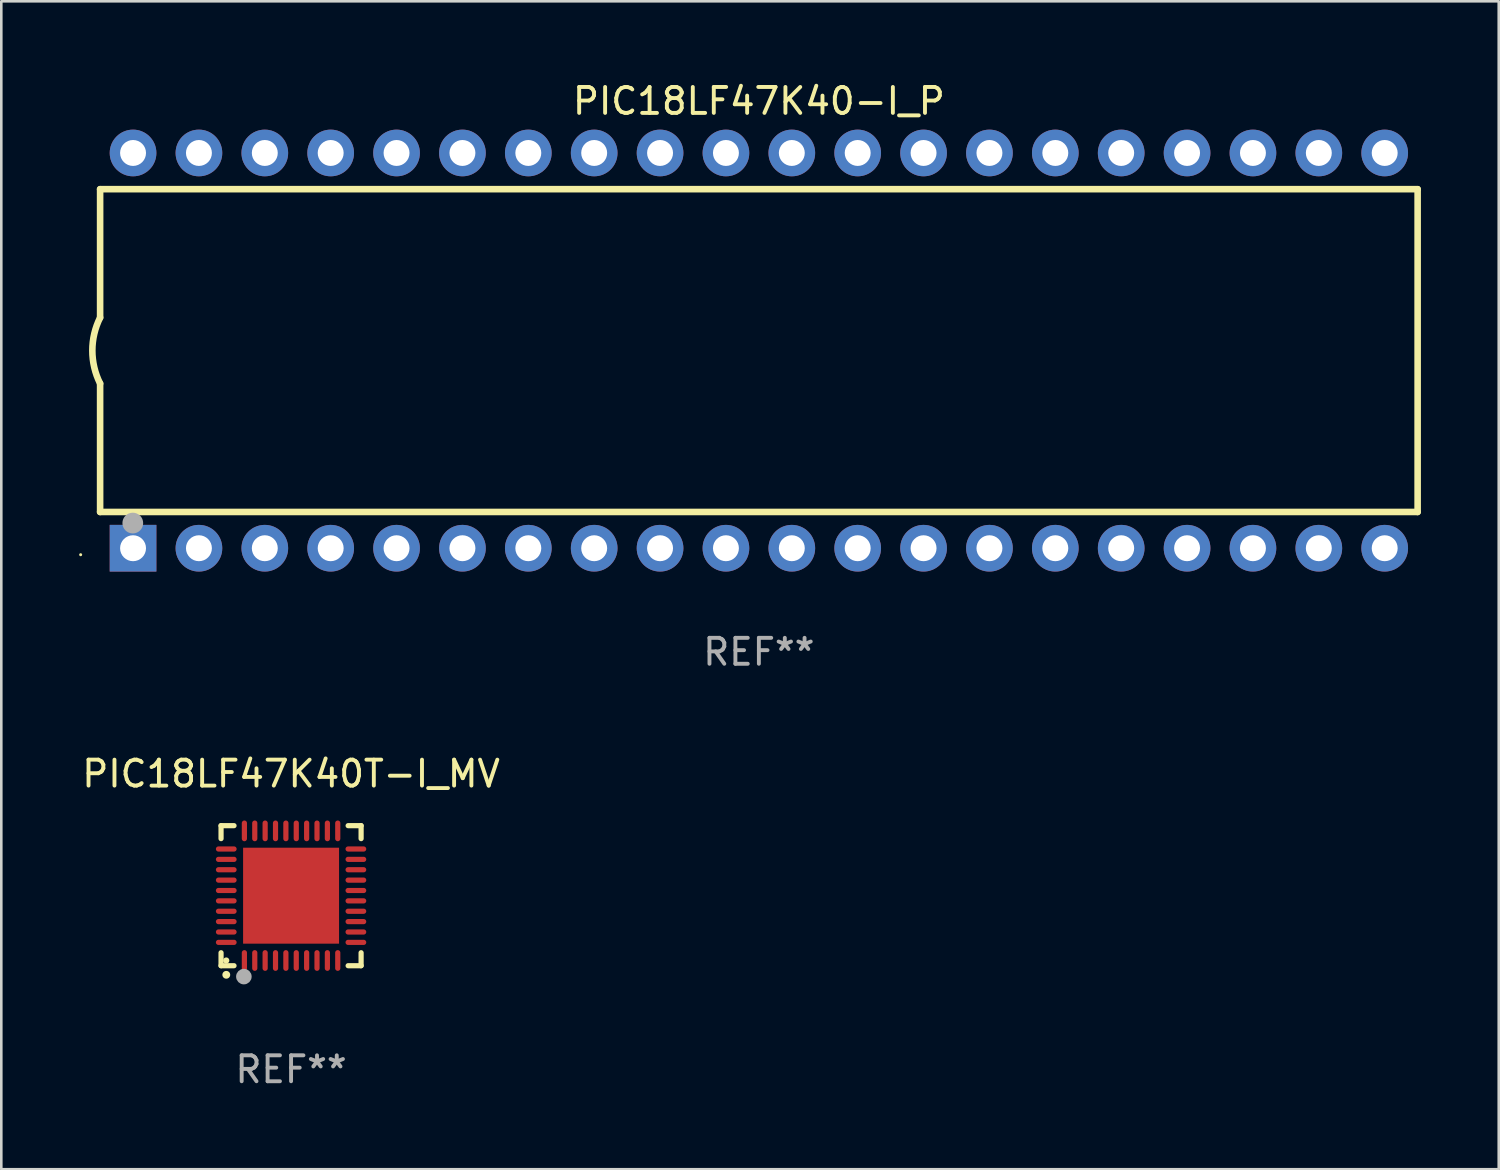
<source format=kicad_pcb>
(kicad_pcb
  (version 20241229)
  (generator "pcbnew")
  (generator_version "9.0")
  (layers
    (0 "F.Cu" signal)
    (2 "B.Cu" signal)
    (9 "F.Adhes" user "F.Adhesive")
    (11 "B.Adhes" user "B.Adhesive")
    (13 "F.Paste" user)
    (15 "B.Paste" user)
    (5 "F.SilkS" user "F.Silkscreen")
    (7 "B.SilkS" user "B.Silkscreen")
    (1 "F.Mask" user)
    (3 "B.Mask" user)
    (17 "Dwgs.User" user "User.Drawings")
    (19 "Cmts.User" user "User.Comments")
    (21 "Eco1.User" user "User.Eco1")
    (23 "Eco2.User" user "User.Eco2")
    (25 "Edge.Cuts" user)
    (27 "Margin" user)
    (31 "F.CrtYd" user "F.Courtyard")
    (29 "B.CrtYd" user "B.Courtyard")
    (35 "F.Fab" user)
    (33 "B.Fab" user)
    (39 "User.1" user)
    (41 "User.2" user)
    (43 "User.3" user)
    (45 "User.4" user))
  (footprint "PIC18LF47K40-I_P"
    (layer "F.Cu")
    (at 26.21 10.468)
    (property "Reference" "PIC18LF47K40-I_P" (at 0 -9.62 0) (layer "F.SilkS") (effects (font (size 1 1) (thickness 0.15))))
    (attr through_hole)
    (fp_line (start -25.4 -6.224) (end -25.4 -1.271) (stroke (width 0.254) (type solid)) (layer "F.SilkS"))
    (fp_line (start -25.4 -6.224) (end 25.4 -6.224) (stroke (width 0.254) (type solid)) (layer "F.SilkS"))
    (fp_line (start -25.4 1.269) (end -25.4 6.222) (stroke (width 0.254) (type solid)) (layer "F.SilkS"))
    (fp_line (start -25.4 6.222) (end 25.4 6.222) (stroke (width 0.254) (type solid)) (layer "F.SilkS"))
    (fp_line (start 25.4 6.222) (end 25.4 -6.224) (stroke (width 0.254) (type solid)) (layer "F.SilkS"))
    (fp_arc (start -25.4 1.269241) (mid -25.699807 -0.000762) (end -25.4 -1.270765) (stroke (width 0.254001) (type solid)) (layer "F.SilkS"))
    (fp_circle (center -26.15 7.87) (end -26.12 7.87) (stroke (width 0.06) (type solid)) (fill no) (layer "F.SilkS"))
    (fp_circle (center -24.14 6.65) (end -23.94 6.65) (stroke (width 0.4) (type solid)) (fill no) (layer "F.Fab"))
    (fp_text user "REF**" (at 0 11.62 0) (layer "F.Fab") (effects (font (size 1 1) (thickness 0.15))))
    (pad "1" thru_hole rect (at -24.13 7.62 90) (size 1.8 1.8) (drill 1) (layers "*.Cu" "*.Mask"))
    (pad "2" thru_hole circle (at -21.59 7.62) (size 1.8 1.8) (drill 1) (layers "*.Cu" "*.Mask"))
    (pad "3" thru_hole circle (at -19.05 7.62) (size 1.8 1.8) (drill 1) (layers "*.Cu" "*.Mask"))
    (pad "4" thru_hole circle (at -16.51 7.62) (size 1.8 1.8) (drill 1) (layers "*.Cu" "*.Mask"))
    (pad "5" thru_hole circle (at -13.97 7.62) (size 1.8 1.8) (drill 1) (layers "*.Cu" "*.Mask"))
    (pad "6" thru_hole circle (at -11.43 7.62) (size 1.8 1.8) (drill 1) (layers "*.Cu" "*.Mask"))
    (pad "7" thru_hole circle (at -8.89 7.62) (size 1.8 1.8) (drill 1) (layers "*.Cu" "*.Mask"))
    (pad "8" thru_hole circle (at -6.35 7.62) (size 1.8 1.8) (drill 1) (layers "*.Cu" "*.Mask"))
    (pad "9" thru_hole circle (at -3.81 7.62) (size 1.8 1.8) (drill 1) (layers "*.Cu" "*.Mask"))
    (pad "10" thru_hole circle (at -1.27 7.62) (size 1.8 1.8) (drill 1) (layers "*.Cu" "*.Mask"))
    (pad "11" thru_hole circle (at 1.27 7.62) (size 1.8 1.8) (drill 1) (layers "*.Cu" "*.Mask"))
    (pad "12" thru_hole circle (at 3.81 7.62) (size 1.8 1.8) (drill 1) (layers "*.Cu" "*.Mask"))
    (pad "13" thru_hole circle (at 6.35 7.62) (size 1.8 1.8) (drill 1) (layers "*.Cu" "*.Mask"))
    (pad "14" thru_hole circle (at 8.89 7.62) (size 1.8 1.8) (drill 1) (layers "*.Cu" "*.Mask"))
    (pad "15" thru_hole circle (at 11.43 7.62) (size 1.8 1.8) (drill 1) (layers "*.Cu" "*.Mask"))
    (pad "16" thru_hole circle (at 13.97 7.62) (size 1.8 1.8) (drill 1) (layers "*.Cu" "*.Mask"))
    (pad "17" thru_hole circle (at 16.51 7.62) (size 1.8 1.8) (drill 1) (layers "*.Cu" "*.Mask"))
    (pad "18" thru_hole circle (at 19.05 7.62) (size 1.8 1.8) (drill 1) (layers "*.Cu" "*.Mask"))
    (pad "19" thru_hole circle (at 21.59 7.62) (size 1.8 1.8) (drill 1) (layers "*.Cu" "*.Mask"))
    (pad "20" thru_hole circle (at 24.13 7.62) (size 1.8 1.8) (drill 1) (layers "*.Cu" "*.Mask"))
    (pad "21" thru_hole circle (at 24.13 -7.62) (size 1.8 1.8) (drill 1) (layers "*.Cu" "*.Mask"))
    (pad "22" thru_hole circle (at 21.59 -7.62) (size 1.8 1.8) (drill 1) (layers "*.Cu" "*.Mask"))
    (pad "23" thru_hole circle (at 19.05 -7.62) (size 1.8 1.8) (drill 1) (layers "*.Cu" "*.Mask"))
    (pad "24" thru_hole circle (at 16.51 -7.62) (size 1.8 1.8) (drill 1) (layers "*.Cu" "*.Mask"))
    (pad "25" thru_hole circle (at 13.97 -7.62) (size 1.8 1.8) (drill 1) (layers "*.Cu" "*.Mask"))
    (pad "26" thru_hole circle (at 11.43 -7.62) (size 1.8 1.8) (drill 1) (layers "*.Cu" "*.Mask"))
    (pad "27" thru_hole circle (at 8.89 -7.62) (size 1.8 1.8) (drill 1) (layers "*.Cu" "*.Mask"))
    (pad "28" thru_hole circle (at 6.35 -7.62) (size 1.8 1.8) (drill 1) (layers "*.Cu" "*.Mask"))
    (pad "29" thru_hole circle (at 3.81 -7.62) (size 1.8 1.8) (drill 1) (layers "*.Cu" "*.Mask"))
    (pad "30" thru_hole circle (at 1.27 -7.62) (size 1.8 1.8) (drill 1) (layers "*.Cu" "*.Mask"))
    (pad "31" thru_hole circle (at -1.27 -7.62) (size 1.8 1.8) (drill 1) (layers "*.Cu" "*.Mask"))
    (pad "32" thru_hole circle (at -3.81 -7.62) (size 1.8 1.8) (drill 1) (layers "*.Cu" "*.Mask"))
    (pad "33" thru_hole circle (at -6.35 -7.62) (size 1.8 1.8) (drill 1) (layers "*.Cu" "*.Mask"))
    (pad "34" thru_hole circle (at -8.89 -7.62) (size 1.8 1.8) (drill 1) (layers "*.Cu" "*.Mask"))
    (pad "35" thru_hole circle (at -11.43 -7.62) (size 1.8 1.8) (drill 1) (layers "*.Cu" "*.Mask"))
    (pad "36" thru_hole circle (at -13.97 -7.62) (size 1.8 1.8) (drill 1) (layers "*.Cu" "*.Mask"))
    (pad "37" thru_hole circle (at -16.51 -7.62) (size 1.8 1.8) (drill 1) (layers "*.Cu" "*.Mask"))
    (pad "38" thru_hole circle (at -19.05 -7.62) (size 1.8 1.8) (drill 1) (layers "*.Cu" "*.Mask"))
    (pad "39" thru_hole circle (at -21.59 -7.62) (size 1.8 1.8) (drill 1) (layers "*.Cu" "*.Mask"))
    (pad "40" thru_hole circle (at -24.13 -7.62) (size 1.8 1.8) (drill 1) (layers "*.Cu" "*.Mask")))
  (footprint "PIC18LF47K40T-I_MV"
    (layer "F.Cu")
    (at 8.173 31.485)
    (property "Reference" "PIC18LF47K40T-I_MV" (at 0 -4.7 0) (layer "F.SilkS") (effects (font (size 1 1) (thickness 0.15))))
    (attr through_hole)
    (fp_line (start -2.7 -2.7) (end -2.7 -2.2) (stroke (width 0.2) (type solid)) (layer "F.SilkS"))
    (fp_line (start -2.7 2.7) (end -2.7 2.2) (stroke (width 0.2) (type solid)) (layer "F.SilkS"))
    (fp_line (start -2.2 -2.7) (end -2.7 -2.7) (stroke (width 0.2) (type solid)) (layer "F.SilkS"))
    (fp_line (start -2.2 2.7) (end -2.7 2.7) (stroke (width 0.2) (type solid)) (layer "F.SilkS"))
    (fp_line (start 2.7 -2.7) (end 2.2 -2.7) (stroke (width 0.2) (type solid)) (layer "F.SilkS"))
    (fp_line (start 2.7 -2.2) (end 2.7 -2.7) (stroke (width 0.2) (type solid)) (layer "F.SilkS"))
    (fp_line (start 2.7 2.2) (end 2.7 2.7) (stroke (width 0.2) (type solid)) (layer "F.SilkS"))
    (fp_line (start 2.7 2.7) (end 2.2 2.7) (stroke (width 0.2) (type solid)) (layer "F.SilkS"))
    (fp_arc (start -2.499365 3.050546) (mid -2.498095 3.050541) (end -2.496825 3.050546) (stroke (width 0.3) (type solid)) (layer "F.SilkS"))
    (fp_circle (center -2.5 2.5) (end -2.44 2.5) (stroke (width 0.12) (type solid)) (fill no) (layer "F.SilkS"))
    (fp_circle (center -1.82 3.12) (end -1.67 3.12) (stroke (width 0.3) (type solid)) (fill no) (layer "F.Fab"))
    (fp_text user "REF**" (at 0 6.7 0) (layer "F.Fab") (effects (font (size 1 1) (thickness 0.15))))
    (pad "1" smd oval (at -1.8 2.499) (size 0.2 0.8) (layers "F.Cu" "F.Mask" "F.Paste"))
    (pad "2" smd oval (at -1.4 2.499) (size 0.2 0.8) (layers "F.Cu" "F.Mask" "F.Paste"))
    (pad "3" smd oval (at -1 2.499) (size 0.2 0.8) (layers "F.Cu" "F.Mask" "F.Paste"))
    (pad "4" smd oval (at -0.6 2.499) (size 0.2 0.8) (layers "F.Cu" "F.Mask" "F.Paste"))
    (pad "5" smd oval (at -0.2 2.499) (size 0.2 0.8) (layers "F.Cu" "F.Mask" "F.Paste"))
    (pad "6" smd oval (at 0.2 2.499) (size 0.2 0.8) (layers "F.Cu" "F.Mask" "F.Paste"))
    (pad "7" smd oval (at 0.6 2.499) (size 0.2 0.8) (layers "F.Cu" "F.Mask" "F.Paste"))
    (pad "8" smd oval (at 1 2.499) (size 0.2 0.8) (layers "F.Cu" "F.Mask" "F.Paste"))
    (pad "9" smd oval (at 1.4 2.499) (size 0.2 0.8) (layers "F.Cu" "F.Mask" "F.Paste"))
    (pad "10" smd oval (at 1.8 2.499) (size 0.2 0.8) (layers "F.Cu" "F.Mask" "F.Paste"))
    (pad "11" smd oval (at 2.499 1.8) (size 0.8 0.2) (layers "F.Cu" "F.Mask" "F.Paste"))
    (pad "12" smd oval (at 2.499 1.4) (size 0.8 0.2) (layers "F.Cu" "F.Mask" "F.Paste"))
    (pad "13" smd oval (at 2.499 1) (size 0.8 0.2) (layers "F.Cu" "F.Mask" "F.Paste"))
    (pad "14" smd oval (at 2.499 0.6) (size 0.8 0.2) (layers "F.Cu" "F.Mask" "F.Paste"))
    (pad "15" smd oval (at 2.499 0.2) (size 0.8 0.2) (layers "F.Cu" "F.Mask" "F.Paste"))
    (pad "16" smd oval (at 2.499 -0.2) (size 0.8 0.2) (layers "F.Cu" "F.Mask" "F.Paste"))
    (pad "17" smd oval (at 2.499 -0.6) (size 0.8 0.2) (layers "F.Cu" "F.Mask" "F.Paste"))
    (pad "18" smd oval (at 2.499 -1) (size 0.8 0.2) (layers "F.Cu" "F.Mask" "F.Paste"))
    (pad "19" smd oval (at 2.499 -1.4) (size 0.8 0.2) (layers "F.Cu" "F.Mask" "F.Paste"))
    (pad "20" smd oval (at 2.499 -1.8) (size 0.8 0.2) (layers "F.Cu" "F.Mask" "F.Paste"))
    (pad "21" smd oval (at 1.8 -2.499) (size 0.2 0.8) (layers "F.Cu" "F.Mask" "F.Paste"))
    (pad "22" smd oval (at 1.4 -2.499) (size 0.2 0.8) (layers "F.Cu" "F.Mask" "F.Paste"))
    (pad "23" smd oval (at 1 -2.499) (size 0.2 0.8) (layers "F.Cu" "F.Mask" "F.Paste"))
    (pad "24" smd oval (at 0.6 -2.499) (size 0.2 0.8) (layers "F.Cu" "F.Mask" "F.Paste"))
    (pad "25" smd oval (at 0.2 -2.499) (size 0.2 0.8) (layers "F.Cu" "F.Mask" "F.Paste"))
    (pad "26" smd oval (at -0.2 -2.499) (size 0.2 0.8) (layers "F.Cu" "F.Mask" "F.Paste"))
    (pad "27" smd oval (at -0.6 -2.499) (size 0.2 0.8) (layers "F.Cu" "F.Mask" "F.Paste"))
    (pad "28" smd oval (at -1 -2.499) (size 0.2 0.8) (layers "F.Cu" "F.Mask" "F.Paste"))
    (pad "29" smd oval (at -1.4 -2.499) (size 0.2 0.8) (layers "F.Cu" "F.Mask" "F.Paste"))
    (pad "30" smd oval (at -1.8 -2.499) (size 0.2 0.8) (layers "F.Cu" "F.Mask" "F.Paste"))
    (pad "31" smd oval (at -2.499 -1.8) (size 0.8 0.2) (layers "F.Cu" "F.Mask" "F.Paste"))
    (pad "32" smd oval (at -2.499 -1.4) (size 0.8 0.2) (layers "F.Cu" "F.Mask" "F.Paste"))
    (pad "33" smd oval (at -2.499 -1) (size 0.8 0.2) (layers "F.Cu" "F.Mask" "F.Paste"))
    (pad "34" smd oval (at -2.499 -0.6) (size 0.8 0.2) (layers "F.Cu" "F.Mask" "F.Paste"))
    (pad "35" smd oval (at -2.499 -0.2) (size 0.8 0.2) (layers "F.Cu" "F.Mask" "F.Paste"))
    (pad "36" smd oval (at -2.499 0.2) (size 0.8 0.2) (layers "F.Cu" "F.Mask" "F.Paste"))
    (pad "37" smd oval (at -2.499 0.6) (size 0.8 0.2) (layers "F.Cu" "F.Mask" "F.Paste"))
    (pad "38" smd oval (at -2.499 1) (size 0.8 0.2) (layers "F.Cu" "F.Mask" "F.Paste"))
    (pad "39" smd oval (at -2.499 1.4) (size 0.8 0.2) (layers "F.Cu" "F.Mask" "F.Paste"))
    (pad "40" smd oval (at -2.499 1.8) (size 0.8 0.2) (layers "F.Cu" "F.Mask" "F.Paste"))
    (pad "41" smd rect (at 0 0) (size 3.7 3.7) (layers "F.Cu" "F.Mask" "F.Paste")))
  (gr_rect
    (start -3 -3)
    (end 54.737 42.033)
    (stroke (width 0.1) (type default))
    (fill no)
    (layer "Edge.Cuts")))
</source>
